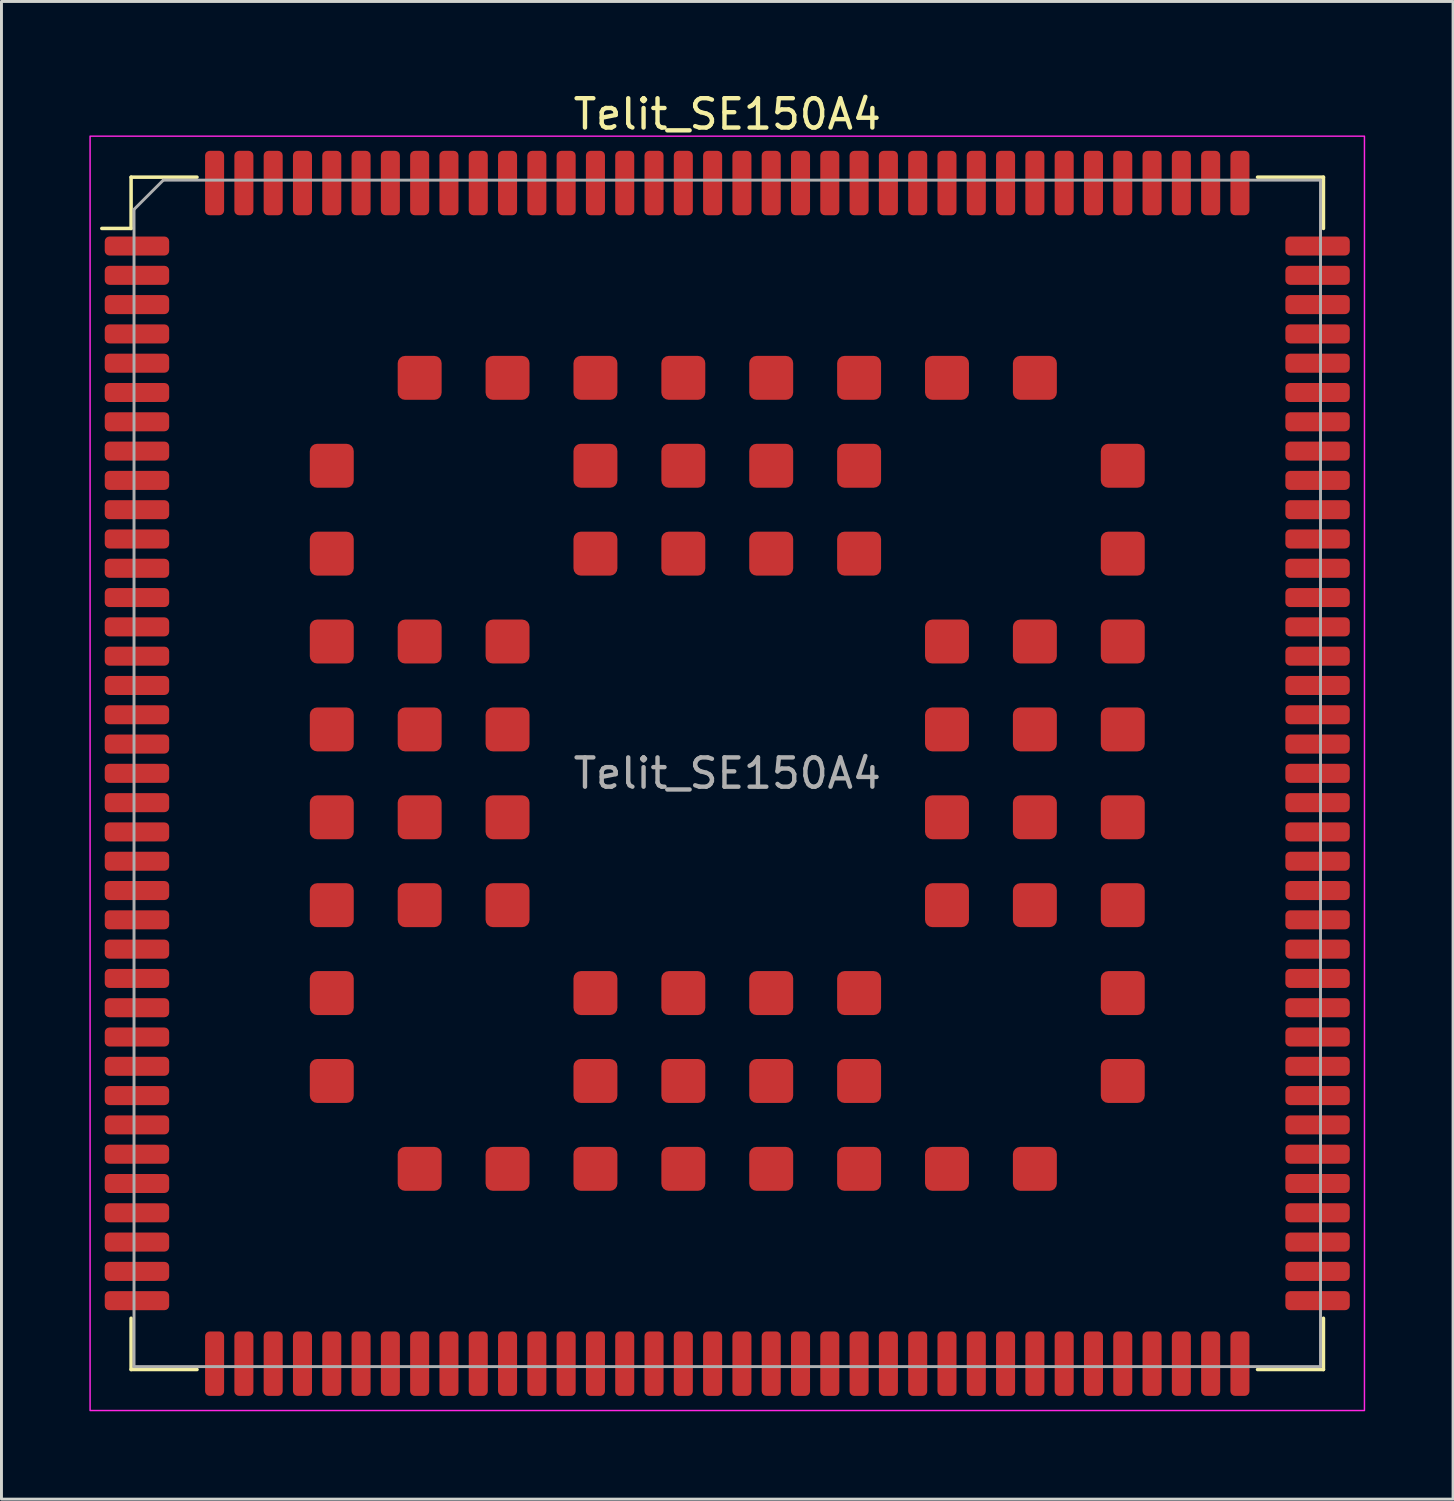
<source format=kicad_pcb>
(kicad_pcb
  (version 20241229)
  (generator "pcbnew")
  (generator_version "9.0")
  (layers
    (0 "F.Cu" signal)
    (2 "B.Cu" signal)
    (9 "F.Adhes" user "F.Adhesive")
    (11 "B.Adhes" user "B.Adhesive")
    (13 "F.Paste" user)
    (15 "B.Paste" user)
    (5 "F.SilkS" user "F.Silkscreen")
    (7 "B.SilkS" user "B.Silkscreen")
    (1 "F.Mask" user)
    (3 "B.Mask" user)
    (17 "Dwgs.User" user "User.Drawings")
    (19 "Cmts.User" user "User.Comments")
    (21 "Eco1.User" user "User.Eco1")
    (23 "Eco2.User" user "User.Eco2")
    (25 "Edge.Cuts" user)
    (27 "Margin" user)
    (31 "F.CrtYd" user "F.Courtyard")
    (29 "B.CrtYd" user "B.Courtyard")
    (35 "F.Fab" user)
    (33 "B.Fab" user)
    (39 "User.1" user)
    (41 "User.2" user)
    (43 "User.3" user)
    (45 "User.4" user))
  (footprint "Telit_SE150A4"
    (layer "F.Cu")
    (at 21.775 23.348)
    (property "Reference" "Telit_SE150A4" (at 0 -22.5 0) (unlocked yes) (layer "F.SilkS") (effects (font (size 1 1) (thickness 0.15))))
    (attr smd)
    (fp_line (start -20.35 -20.35) (end -20.35 -18.6) (stroke (width 0.12) (type default)) (layer "F.SilkS"))
    (fp_line (start -20.35 -18.6) (end -21.35 -18.6) (stroke (width 0.12) (type default)) (layer "F.SilkS"))
    (fp_line (start -20.35 20.35) (end -20.35 18.6) (stroke (width 0.12) (type default)) (layer "F.SilkS"))
    (fp_line (start -20.35 20.35) (end -18.1 20.35) (stroke (width 0.12) (type default)) (layer "F.SilkS"))
    (fp_line (start -18.1 -20.35) (end -20.35 -20.35) (stroke (width 0.12) (type default)) (layer "F.SilkS"))
    (fp_line (start 20.35 -20.35) (end 18.1 -20.35) (stroke (width 0.12) (type default)) (layer "F.SilkS"))
    (fp_line (start 20.35 -20.35) (end 20.35 -18.6) (stroke (width 0.12) (type default)) (layer "F.SilkS"))
    (fp_line (start 20.35 20.35) (end 18.1 20.35) (stroke (width 0.12) (type default)) (layer "F.SilkS"))
    (fp_line (start 20.35 20.35) (end 20.35 18.6) (stroke (width 0.12) (type default)) (layer "F.SilkS"))
    (fp_rect (start -21.75 -21.75) (end 21.75 21.75) (stroke (width 0.05) (type default)) (fill no) (layer "F.CrtYd"))
    (fp_line (start -20.25 20.25) (end -20.25 -19.25) (stroke (width 0.1) (type default)) (layer "F.Fab"))
    (fp_line (start -19.25 -20.25) (end -20.25 -19.25) (stroke (width 0.1) (type default)) (layer "F.Fab"))
    (fp_line (start -19.25 -20.25) (end 20.25 -20.25) (stroke (width 0.1) (type default)) (layer "F.Fab"))
    (fp_line (start 20.25 -20.25) (end 20.25 20.25) (stroke (width 0.1) (type default)) (layer "F.Fab"))
    (fp_line (start 20.25 20.25) (end -20.25 20.25) (stroke (width 0.1) (type default)) (layer "F.Fab"))
    (fp_text user "${REFERENCE}" (at 0 0 0) (unlocked yes) (layer "F.Fab") (effects (font (size 1 1) (thickness 0.15))))
    (pad "" smd roundrect (at -13.85 -10.85 90) (size 0.6 0.6) (layers "F.Paste") (roundrect_rratio 0.25))
    (pad "" smd roundrect (at -13.85 -10.15 90) (size 0.6 0.6) (layers "F.Paste") (roundrect_rratio 0.25))
    (pad "" smd roundrect (at -13.85 -7.85 90) (size 0.6 0.6) (layers "F.Paste") (roundrect_rratio 0.25))
    (pad "" smd roundrect (at -13.85 -7.15 90) (size 0.6 0.6) (layers "F.Paste") (roundrect_rratio 0.25))
    (pad "" smd roundrect (at -13.85 -4.85 90) (size 0.6 0.6) (layers "F.Paste") (roundrect_rratio 0.25))
    (pad "" smd roundrect (at -13.85 -4.15 90) (size 0.6 0.6) (layers "F.Paste") (roundrect_rratio 0.25))
    (pad "" smd roundrect (at -13.85 -1.85 90) (size 0.6 0.6) (layers "F.Paste") (roundrect_rratio 0.25))
    (pad "" smd roundrect (at -13.85 -1.15 90) (size 0.6 0.6) (layers "F.Paste") (roundrect_rratio 0.25))
    (pad "" smd roundrect (at -13.85 1.15 90) (size 0.6 0.6) (layers "F.Paste") (roundrect_rratio 0.25))
    (pad "" smd roundrect (at -13.85 1.85 90) (size 0.6 0.6) (layers "F.Paste") (roundrect_rratio 0.25))
    (pad "" smd roundrect (at -13.85 4.15 90) (size 0.6 0.6) (layers "F.Paste") (roundrect_rratio 0.25))
    (pad "" smd roundrect (at -13.85 4.85 90) (size 0.6 0.6) (layers "F.Paste") (roundrect_rratio 0.25))
    (pad "" smd roundrect (at -13.85 7.15 90) (size 0.6 0.6) (layers "F.Paste") (roundrect_rratio 0.25))
    (pad "" smd roundrect (at -13.85 7.85 90) (size 0.6 0.6) (layers "F.Paste") (roundrect_rratio 0.25))
    (pad "" smd roundrect (at -13.85 10.15 90) (size 0.6 0.6) (layers "F.Paste") (roundrect_rratio 0.25))
    (pad "" smd roundrect (at -13.85 10.85 90) (size 0.6 0.6) (layers "F.Paste") (roundrect_rratio 0.25))
    (pad "" smd roundrect (at -13.15 -10.85 90) (size 0.6 0.6) (layers "F.Paste") (roundrect_rratio 0.25))
    (pad "" smd roundrect (at -13.15 -10.15 90) (size 0.6 0.6) (layers "F.Paste") (roundrect_rratio 0.25))
    (pad "" smd roundrect (at -13.15 -7.85 90) (size 0.6 0.6) (layers "F.Paste") (roundrect_rratio 0.25))
    (pad "" smd roundrect (at -13.15 -7.15 90) (size 0.6 0.6) (layers "F.Paste") (roundrect_rratio 0.25))
    (pad "" smd roundrect (at -13.15 -4.85 90) (size 0.6 0.6) (layers "F.Paste") (roundrect_rratio 0.25))
    (pad "" smd roundrect (at -13.15 -4.15 90) (size 0.6 0.6) (layers "F.Paste") (roundrect_rratio 0.25))
    (pad "" smd roundrect (at -13.15 -1.85 90) (size 0.6 0.6) (layers "F.Paste") (roundrect_rratio 0.25))
    (pad "" smd roundrect (at -13.15 -1.15 90) (size 0.6 0.6) (layers "F.Paste") (roundrect_rratio 0.25))
    (pad "" smd roundrect (at -13.15 1.15 90) (size 0.6 0.6) (layers "F.Paste") (roundrect_rratio 0.25))
    (pad "" smd roundrect (at -13.15 1.85 90) (size 0.6 0.6) (layers "F.Paste") (roundrect_rratio 0.25))
    (pad "" smd roundrect (at -13.15 4.15 90) (size 0.6 0.6) (layers "F.Paste") (roundrect_rratio 0.25))
    (pad "" smd roundrect (at -13.15 4.85 90) (size 0.6 0.6) (layers "F.Paste") (roundrect_rratio 0.25))
    (pad "" smd roundrect (at -13.15 7.15 90) (size 0.6 0.6) (layers "F.Paste") (roundrect_rratio 0.25))
    (pad "" smd roundrect (at -13.15 7.85 90) (size 0.6 0.6) (layers "F.Paste") (roundrect_rratio 0.25))
    (pad "" smd roundrect (at -13.15 10.15 90) (size 0.6 0.6) (layers "F.Paste") (roundrect_rratio 0.25))
    (pad "" smd roundrect (at -13.15 10.85 90) (size 0.6 0.6) (layers "F.Paste") (roundrect_rratio 0.25))
    (pad "" smd roundrect (at -10.85 -13.85 90) (size 0.6 0.6) (layers "F.Paste") (roundrect_rratio 0.25))
    (pad "" smd roundrect (at -10.85 -13.15 90) (size 0.6 0.6) (layers "F.Paste") (roundrect_rratio 0.25))
    (pad "" smd roundrect (at -10.85 -4.85 90) (size 0.6 0.6) (layers "F.Paste") (roundrect_rratio 0.25))
    (pad "" smd roundrect (at -10.85 -4.15 90) (size 0.6 0.6) (layers "F.Paste") (roundrect_rratio 0.25))
    (pad "" smd roundrect (at -10.85 -1.85 90) (size 0.6 0.6) (layers "F.Paste") (roundrect_rratio 0.25))
    (pad "" smd roundrect (at -10.85 -1.15 90) (size 0.6 0.6) (layers "F.Paste") (roundrect_rratio 0.25))
    (pad "" smd roundrect (at -10.85 1.15 90) (size 0.6 0.6) (layers "F.Paste") (roundrect_rratio 0.25))
    (pad "" smd roundrect (at -10.85 1.85 90) (size 0.6 0.6) (layers "F.Paste") (roundrect_rratio 0.25))
    (pad "" smd roundrect (at -10.85 4.15 90) (size 0.6 0.6) (layers "F.Paste") (roundrect_rratio 0.25))
    (pad "" smd roundrect (at -10.85 4.85 90) (size 0.6 0.6) (layers "F.Paste") (roundrect_rratio 0.25))
    (pad "" smd roundrect (at -10.85 13.15 90) (size 0.6 0.6) (layers "F.Paste") (roundrect_rratio 0.25))
    (pad "" smd roundrect (at -10.85 13.85 90) (size 0.6 0.6) (layers "F.Paste") (roundrect_rratio 0.25))
    (pad "" smd roundrect (at -10.15 -13.85 90) (size 0.6 0.6) (layers "F.Paste") (roundrect_rratio 0.25))
    (pad "" smd roundrect (at -10.15 -13.15 90) (size 0.6 0.6) (layers "F.Paste") (roundrect_rratio 0.25))
    (pad "" smd roundrect (at -10.15 -4.85 90) (size 0.6 0.6) (layers "F.Paste") (roundrect_rratio 0.25))
    (pad "" smd roundrect (at -10.15 -4.15 90) (size 0.6 0.6) (layers "F.Paste") (roundrect_rratio 0.25))
    (pad "" smd roundrect (at -10.15 -1.85 90) (size 0.6 0.6) (layers "F.Paste") (roundrect_rratio 0.25))
    (pad "" smd roundrect (at -10.15 -1.15 90) (size 0.6 0.6) (layers "F.Paste") (roundrect_rratio 0.25))
    (pad "" smd roundrect (at -10.15 1.15 90) (size 0.6 0.6) (layers "F.Paste") (roundrect_rratio 0.25))
    (pad "" smd roundrect (at -10.15 1.85 90) (size 0.6 0.6) (layers "F.Paste") (roundrect_rratio 0.25))
    (pad "" smd roundrect (at -10.15 4.15 90) (size 0.6 0.6) (layers "F.Paste") (roundrect_rratio 0.25))
    (pad "" smd roundrect (at -10.15 4.85 90) (size 0.6 0.6) (layers "F.Paste") (roundrect_rratio 0.25))
    (pad "" smd roundrect (at -10.15 13.15 90) (size 0.6 0.6) (layers "F.Paste") (roundrect_rratio 0.25))
    (pad "" smd roundrect (at -10.15 13.85 90) (size 0.6 0.6) (layers "F.Paste") (roundrect_rratio 0.25))
    (pad "" smd roundrect (at -7.85 -13.85 90) (size 0.6 0.6) (layers "F.Paste") (roundrect_rratio 0.25))
    (pad "" smd roundrect (at -7.85 -13.15 90) (size 0.6 0.6) (layers "F.Paste") (roundrect_rratio 0.25))
    (pad "" smd roundrect (at -7.85 -4.85 90) (size 0.6 0.6) (layers "F.Paste") (roundrect_rratio 0.25))
    (pad "" smd roundrect (at -7.85 -4.15 90) (size 0.6 0.6) (layers "F.Paste") (roundrect_rratio 0.25))
    (pad "" smd roundrect (at -7.85 -1.85 90) (size 0.6 0.6) (layers "F.Paste") (roundrect_rratio 0.25))
    (pad "" smd roundrect (at -7.85 -1.15 90) (size 0.6 0.6) (layers "F.Paste") (roundrect_rratio 0.25))
    (pad "" smd roundrect (at -7.85 1.15 90) (size 0.6 0.6) (layers "F.Paste") (roundrect_rratio 0.25))
    (pad "" smd roundrect (at -7.85 1.85 90) (size 0.6 0.6) (layers "F.Paste") (roundrect_rratio 0.25))
    (pad "" smd roundrect (at -7.85 4.15 90) (size 0.6 0.6) (layers "F.Paste") (roundrect_rratio 0.25))
    (pad "" smd roundrect (at -7.85 4.85 90) (size 0.6 0.6) (layers "F.Paste") (roundrect_rratio 0.25))
    (pad "" smd roundrect (at -7.85 13.15 90) (size 0.6 0.6) (layers "F.Paste") (roundrect_rratio 0.25))
    (pad "" smd roundrect (at -7.85 13.85 90) (size 0.6 0.6) (layers "F.Paste") (roundrect_rratio 0.25))
    (pad "" smd roundrect (at -7.15 -13.85 90) (size 0.6 0.6) (layers "F.Paste") (roundrect_rratio 0.25))
    (pad "" smd roundrect (at -7.15 -13.15 90) (size 0.6 0.6) (layers "F.Paste") (roundrect_rratio 0.25))
    (pad "" smd roundrect (at -7.15 -4.85 90) (size 0.6 0.6) (layers "F.Paste") (roundrect_rratio 0.25))
    (pad "" smd roundrect (at -7.15 -4.15 90) (size 0.6 0.6) (layers "F.Paste") (roundrect_rratio 0.25))
    (pad "" smd roundrect (at -7.15 -1.85 90) (size 0.6 0.6) (layers "F.Paste") (roundrect_rratio 0.25))
    (pad "" smd roundrect (at -7.15 -1.15 90) (size 0.6 0.6) (layers "F.Paste") (roundrect_rratio 0.25))
    (pad "" smd roundrect (at -7.15 1.15 90) (size 0.6 0.6) (layers "F.Paste") (roundrect_rratio 0.25))
    (pad "" smd roundrect (at -7.15 1.85 90) (size 0.6 0.6) (layers "F.Paste") (roundrect_rratio 0.25))
    (pad "" smd roundrect (at -7.15 4.15 90) (size 0.6 0.6) (layers "F.Paste") (roundrect_rratio 0.25))
    (pad "" smd roundrect (at -7.15 4.85 90) (size 0.6 0.6) (layers "F.Paste") (roundrect_rratio 0.25))
    (pad "" smd roundrect (at -7.15 13.15 90) (size 0.6 0.6) (layers "F.Paste") (roundrect_rratio 0.25))
    (pad "" smd roundrect (at -7.15 13.85 90) (size 0.6 0.6) (layers "F.Paste") (roundrect_rratio 0.25))
    (pad "" smd roundrect (at -4.85 -13.85 90) (size 0.6 0.6) (layers "F.Paste") (roundrect_rratio 0.25))
    (pad "" smd roundrect (at -4.85 -13.15 90) (size 0.6 0.6) (layers "F.Paste") (roundrect_rratio 0.25))
    (pad "" smd roundrect (at -4.85 -10.85 90) (size 0.6 0.6) (layers "F.Paste") (roundrect_rratio 0.25))
    (pad "" smd roundrect (at -4.85 -10.15 90) (size 0.6 0.6) (layers "F.Paste") (roundrect_rratio 0.25))
    (pad "" smd roundrect (at -4.85 -7.85 90) (size 0.6 0.6) (layers "F.Paste") (roundrect_rratio 0.25))
    (pad "" smd roundrect (at -4.85 -7.15 90) (size 0.6 0.6) (layers "F.Paste") (roundrect_rratio 0.25))
    (pad "" smd roundrect (at -4.85 7.15 90) (size 0.6 0.6) (layers "F.Paste") (roundrect_rratio 0.25))
    (pad "" smd roundrect (at -4.85 7.85 90) (size 0.6 0.6) (layers "F.Paste") (roundrect_rratio 0.25))
    (pad "" smd roundrect (at -4.85 10.15 90) (size 0.6 0.6) (layers "F.Paste") (roundrect_rratio 0.25))
    (pad "" smd roundrect (at -4.85 10.85 90) (size 0.6 0.6) (layers "F.Paste") (roundrect_rratio 0.25))
    (pad "" smd roundrect (at -4.85 13.15 90) (size 0.6 0.6) (layers "F.Paste") (roundrect_rratio 0.25))
    (pad "" smd roundrect (at -4.85 13.85 90) (size 0.6 0.6) (layers "F.Paste") (roundrect_rratio 0.25))
    (pad "" smd roundrect (at -4.15 -13.85 90) (size 0.6 0.6) (layers "F.Paste") (roundrect_rratio 0.25))
    (pad "" smd roundrect (at -4.15 -13.15 90) (size 0.6 0.6) (layers "F.Paste") (roundrect_rratio 0.25))
    (pad "" smd roundrect (at -4.15 -10.85 90) (size 0.6 0.6) (layers "F.Paste") (roundrect_rratio 0.25))
    (pad "" smd roundrect (at -4.15 -10.15 90) (size 0.6 0.6) (layers "F.Paste") (roundrect_rratio 0.25))
    (pad "" smd roundrect (at -4.15 -7.85 90) (size 0.6 0.6) (layers "F.Paste") (roundrect_rratio 0.25))
    (pad "" smd roundrect (at -4.15 -7.15 90) (size 0.6 0.6) (layers "F.Paste") (roundrect_rratio 0.25))
    (pad "" smd roundrect (at -4.15 7.15 90) (size 0.6 0.6) (layers "F.Paste") (roundrect_rratio 0.25))
    (pad "" smd roundrect (at -4.15 7.85 90) (size 0.6 0.6) (layers "F.Paste") (roundrect_rratio 0.25))
    (pad "" smd roundrect (at -4.15 10.15 90) (size 0.6 0.6) (layers "F.Paste") (roundrect_rratio 0.25))
    (pad "" smd roundrect (at -4.15 10.85 90) (size 0.6 0.6) (layers "F.Paste") (roundrect_rratio 0.25))
    (pad "" smd roundrect (at -4.15 13.15 90) (size 0.6 0.6) (layers "F.Paste") (roundrect_rratio 0.25))
    (pad "" smd roundrect (at -4.15 13.85 90) (size 0.6 0.6) (layers "F.Paste") (roundrect_rratio 0.25))
    (pad "" smd roundrect (at -1.85 -13.85 90) (size 0.6 0.6) (layers "F.Paste") (roundrect_rratio 0.25))
    (pad "" smd roundrect (at -1.85 -13.15 90) (size 0.6 0.6) (layers "F.Paste") (roundrect_rratio 0.25))
    (pad "" smd roundrect (at -1.85 -10.85 90) (size 0.6 0.6) (layers "F.Paste") (roundrect_rratio 0.25))
    (pad "" smd roundrect (at -1.85 -10.15 90) (size 0.6 0.6) (layers "F.Paste") (roundrect_rratio 0.25))
    (pad "" smd roundrect (at -1.85 -7.85 90) (size 0.6 0.6) (layers "F.Paste") (roundrect_rratio 0.25))
    (pad "" smd roundrect (at -1.85 -7.15 90) (size 0.6 0.6) (layers "F.Paste") (roundrect_rratio 0.25))
    (pad "" smd roundrect (at -1.85 7.15 90) (size 0.6 0.6) (layers "F.Paste") (roundrect_rratio 0.25))
    (pad "" smd roundrect (at -1.85 7.85 90) (size 0.6 0.6) (layers "F.Paste") (roundrect_rratio 0.25))
    (pad "" smd roundrect (at -1.85 10.15 90) (size 0.6 0.6) (layers "F.Paste") (roundrect_rratio 0.25))
    (pad "" smd roundrect (at -1.85 10.85 90) (size 0.6 0.6) (layers "F.Paste") (roundrect_rratio 0.25))
    (pad "" smd roundrect (at -1.85 13.15 90) (size 0.6 0.6) (layers "F.Paste") (roundrect_rratio 0.25))
    (pad "" smd roundrect (at -1.85 13.85 90) (size 0.6 0.6) (layers "F.Paste") (roundrect_rratio 0.25))
    (pad "" smd roundrect (at -1.15 -13.85 90) (size 0.6 0.6) (layers "F.Paste") (roundrect_rratio 0.25))
    (pad "" smd roundrect (at -1.15 -13.15 90) (size 0.6 0.6) (layers "F.Paste") (roundrect_rratio 0.25))
    (pad "" smd roundrect (at -1.15 -10.85 90) (size 0.6 0.6) (layers "F.Paste") (roundrect_rratio 0.25))
    (pad "" smd roundrect (at -1.15 -10.15 90) (size 0.6 0.6) (layers "F.Paste") (roundrect_rratio 0.25))
    (pad "" smd roundrect (at -1.15 -7.85 90) (size 0.6 0.6) (layers "F.Paste") (roundrect_rratio 0.25))
    (pad "" smd roundrect (at -1.15 -7.15 90) (size 0.6 0.6) (layers "F.Paste") (roundrect_rratio 0.25))
    (pad "" smd roundrect (at -1.15 7.15 90) (size 0.6 0.6) (layers "F.Paste") (roundrect_rratio 0.25))
    (pad "" smd roundrect (at -1.15 7.85 90) (size 0.6 0.6) (layers "F.Paste") (roundrect_rratio 0.25))
    (pad "" smd roundrect (at -1.15 10.15 90) (size 0.6 0.6) (layers "F.Paste") (roundrect_rratio 0.25))
    (pad "" smd roundrect (at -1.15 10.85 90) (size 0.6 0.6) (layers "F.Paste") (roundrect_rratio 0.25))
    (pad "" smd roundrect (at -1.15 13.15 90) (size 0.6 0.6) (layers "F.Paste") (roundrect_rratio 0.25))
    (pad "" smd roundrect (at -1.15 13.85 90) (size 0.6 0.6) (layers "F.Paste") (roundrect_rratio 0.25))
    (pad "" smd roundrect (at 1.15 -13.85 90) (size 0.6 0.6) (layers "F.Paste") (roundrect_rratio 0.25))
    (pad "" smd roundrect (at 1.15 -13.15 90) (size 0.6 0.6) (layers "F.Paste") (roundrect_rratio 0.25))
    (pad "" smd roundrect (at 1.15 -10.85 90) (size 0.6 0.6) (layers "F.Paste") (roundrect_rratio 0.25))
    (pad "" smd roundrect (at 1.15 -10.15 90) (size 0.6 0.6) (layers "F.Paste") (roundrect_rratio 0.25))
    (pad "" smd roundrect (at 1.15 -7.85 90) (size 0.6 0.6) (layers "F.Paste") (roundrect_rratio 0.25))
    (pad "" smd roundrect (at 1.15 -7.15 90) (size 0.6 0.6) (layers "F.Paste") (roundrect_rratio 0.25))
    (pad "" smd roundrect (at 1.15 7.15 90) (size 0.6 0.6) (layers "F.Paste") (roundrect_rratio 0.25))
    (pad "" smd roundrect (at 1.15 7.85 90) (size 0.6 0.6) (layers "F.Paste") (roundrect_rratio 0.25))
    (pad "" smd roundrect (at 1.15 10.15 90) (size 0.6 0.6) (layers "F.Paste") (roundrect_rratio 0.25))
    (pad "" smd roundrect (at 1.15 10.85 90) (size 0.6 0.6) (layers "F.Paste") (roundrect_rratio 0.25))
    (pad "" smd roundrect (at 1.15 13.15 90) (size 0.6 0.6) (layers "F.Paste") (roundrect_rratio 0.25))
    (pad "" smd roundrect (at 1.15 13.85 90) (size 0.6 0.6) (layers "F.Paste") (roundrect_rratio 0.25))
    (pad "" smd roundrect (at 1.85 -13.85 90) (size 0.6 0.6) (layers "F.Paste") (roundrect_rratio 0.25))
    (pad "" smd roundrect (at 1.85 -13.15 90) (size 0.6 0.6) (layers "F.Paste") (roundrect_rratio 0.25))
    (pad "" smd roundrect (at 1.85 -10.85 90) (size 0.6 0.6) (layers "F.Paste") (roundrect_rratio 0.25))
    (pad "" smd roundrect (at 1.85 -10.15 90) (size 0.6 0.6) (layers "F.Paste") (roundrect_rratio 0.25))
    (pad "" smd roundrect (at 1.85 -7.85 90) (size 0.6 0.6) (layers "F.Paste") (roundrect_rratio 0.25))
    (pad "" smd roundrect (at 1.85 -7.15 90) (size 0.6 0.6) (layers "F.Paste") (roundrect_rratio 0.25))
    (pad "" smd roundrect (at 1.85 7.15 90) (size 0.6 0.6) (layers "F.Paste") (roundrect_rratio 0.25))
    (pad "" smd roundrect (at 1.85 7.85 90) (size 0.6 0.6) (layers "F.Paste") (roundrect_rratio 0.25))
    (pad "" smd roundrect (at 1.85 10.15 90) (size 0.6 0.6) (layers "F.Paste") (roundrect_rratio 0.25))
    (pad "" smd roundrect (at 1.85 10.85 90) (size 0.6 0.6) (layers "F.Paste") (roundrect_rratio 0.25))
    (pad "" smd roundrect (at 1.85 13.15 90) (size 0.6 0.6) (layers "F.Paste") (roundrect_rratio 0.25))
    (pad "" smd roundrect (at 1.85 13.85 90) (size 0.6 0.6) (layers "F.Paste") (roundrect_rratio 0.25))
    (pad "" smd roundrect (at 4.15 -13.85 90) (size 0.6 0.6) (layers "F.Paste") (roundrect_rratio 0.25))
    (pad "" smd roundrect (at 4.15 -13.15 90) (size 0.6 0.6) (layers "F.Paste") (roundrect_rratio 0.25))
    (pad "" smd roundrect (at 4.15 -10.85 90) (size 0.6 0.6) (layers "F.Paste") (roundrect_rratio 0.25))
    (pad "" smd roundrect (at 4.15 -10.15 90) (size 0.6 0.6) (layers "F.Paste") (roundrect_rratio 0.25))
    (pad "" smd roundrect (at 4.15 -7.85 90) (size 0.6 0.6) (layers "F.Paste") (roundrect_rratio 0.25))
    (pad "" smd roundrect (at 4.15 -7.15 90) (size 0.6 0.6) (layers "F.Paste") (roundrect_rratio 0.25))
    (pad "" smd roundrect (at 4.15 7.15 90) (size 0.6 0.6) (layers "F.Paste") (roundrect_rratio 0.25))
    (pad "" smd roundrect (at 4.15 7.85 90) (size 0.6 0.6) (layers "F.Paste") (roundrect_rratio 0.25))
    (pad "" smd roundrect (at 4.15 10.15 90) (size 0.6 0.6) (layers "F.Paste") (roundrect_rratio 0.25))
    (pad "" smd roundrect (at 4.15 10.85 90) (size 0.6 0.6) (layers "F.Paste") (roundrect_rratio 0.25))
    (pad "" smd roundrect (at 4.15 13.15 90) (size 0.6 0.6) (layers "F.Paste") (roundrect_rratio 0.25))
    (pad "" smd roundrect (at 4.15 13.85 90) (size 0.6 0.6) (layers "F.Paste") (roundrect_rratio 0.25))
    (pad "" smd roundrect (at 4.85 -13.85 90) (size 0.6 0.6) (layers "F.Paste") (roundrect_rratio 0.25))
    (pad "" smd roundrect (at 4.85 -13.15 90) (size 0.6 0.6) (layers "F.Paste") (roundrect_rratio 0.25))
    (pad "" smd roundrect (at 4.85 -10.85 90) (size 0.6 0.6) (layers "F.Paste") (roundrect_rratio 0.25))
    (pad "" smd roundrect (at 4.85 -10.15 90) (size 0.6 0.6) (layers "F.Paste") (roundrect_rratio 0.25))
    (pad "" smd roundrect (at 4.85 -7.85 90) (size 0.6 0.6) (layers "F.Paste") (roundrect_rratio 0.25))
    (pad "" smd roundrect (at 4.85 -7.15 90) (size 0.6 0.6) (layers "F.Paste") (roundrect_rratio 0.25))
    (pad "" smd roundrect (at 4.85 7.15 90) (size 0.6 0.6) (layers "F.Paste") (roundrect_rratio 0.25))
    (pad "" smd roundrect (at 4.85 7.85 90) (size 0.6 0.6) (layers "F.Paste") (roundrect_rratio 0.25))
    (pad "" smd roundrect (at 4.85 10.15 90) (size 0.6 0.6) (layers "F.Paste") (roundrect_rratio 0.25))
    (pad "" smd roundrect (at 4.85 10.85 90) (size 0.6 0.6) (layers "F.Paste") (roundrect_rratio 0.25))
    (pad "" smd roundrect (at 4.85 13.15 90) (size 0.6 0.6) (layers "F.Paste") (roundrect_rratio 0.25))
    (pad "" smd roundrect (at 4.85 13.85 90) (size 0.6 0.6) (layers "F.Paste") (roundrect_rratio 0.25))
    (pad "" smd roundrect (at 7.15 -13.85 90) (size 0.6 0.6) (layers "F.Paste") (roundrect_rratio 0.25))
    (pad "" smd roundrect (at 7.15 -13.15 90) (size 0.6 0.6) (layers "F.Paste") (roundrect_rratio 0.25))
    (pad "" smd roundrect (at 7.15 -4.85 90) (size 0.6 0.6) (layers "F.Paste") (roundrect_rratio 0.25))
    (pad "" smd roundrect (at 7.15 -4.15 90) (size 0.6 0.6) (layers "F.Paste") (roundrect_rratio 0.25))
    (pad "" smd roundrect (at 7.15 -1.85 90) (size 0.6 0.6) (layers "F.Paste") (roundrect_rratio 0.25))
    (pad "" smd roundrect (at 7.15 -1.15 90) (size 0.6 0.6) (layers "F.Paste") (roundrect_rratio 0.25))
    (pad "" smd roundrect (at 7.15 1.15 90) (size 0.6 0.6) (layers "F.Paste") (roundrect_rratio 0.25))
    (pad "" smd roundrect (at 7.15 1.85 90) (size 0.6 0.6) (layers "F.Paste") (roundrect_rratio 0.25))
    (pad "" smd roundrect (at 7.15 4.15 90) (size 0.6 0.6) (layers "F.Paste") (roundrect_rratio 0.25))
    (pad "" smd roundrect (at 7.15 4.85 90) (size 0.6 0.6) (layers "F.Paste") (roundrect_rratio 0.25))
    (pad "" smd roundrect (at 7.15 13.15 90) (size 0.6 0.6) (layers "F.Paste") (roundrect_rratio 0.25))
    (pad "" smd roundrect (at 7.15 13.85 90) (size 0.6 0.6) (layers "F.Paste") (roundrect_rratio 0.25))
    (pad "" smd roundrect (at 7.85 -13.85 90) (size 0.6 0.6) (layers "F.Paste") (roundrect_rratio 0.25))
    (pad "" smd roundrect (at 7.85 -13.15 90) (size 0.6 0.6) (layers "F.Paste") (roundrect_rratio 0.25))
    (pad "" smd roundrect (at 7.85 -4.85 90) (size 0.6 0.6) (layers "F.Paste") (roundrect_rratio 0.25))
    (pad "" smd roundrect (at 7.85 -4.15 90) (size 0.6 0.6) (layers "F.Paste") (roundrect_rratio 0.25))
    (pad "" smd roundrect (at 7.85 -1.85 90) (size 0.6 0.6) (layers "F.Paste") (roundrect_rratio 0.25))
    (pad "" smd roundrect (at 7.85 -1.15 90) (size 0.6 0.6) (layers "F.Paste") (roundrect_rratio 0.25))
    (pad "" smd roundrect (at 7.85 1.15 90) (size 0.6 0.6) (layers "F.Paste") (roundrect_rratio 0.25))
    (pad "" smd roundrect (at 7.85 1.85 90) (size 0.6 0.6) (layers "F.Paste") (roundrect_rratio 0.25))
    (pad "" smd roundrect (at 7.85 4.15 90) (size 0.6 0.6) (layers "F.Paste") (roundrect_rratio 0.25))
    (pad "" smd roundrect (at 7.85 4.85 90) (size 0.6 0.6) (layers "F.Paste") (roundrect_rratio 0.25))
    (pad "" smd roundrect (at 7.85 13.15 90) (size 0.6 0.6) (layers "F.Paste") (roundrect_rratio 0.25))
    (pad "" smd roundrect (at 7.85 13.85 90) (size 0.6 0.6) (layers "F.Paste") (roundrect_rratio 0.25))
    (pad "" smd roundrect (at 10.15 -13.85 90) (size 0.6 0.6) (layers "F.Paste") (roundrect_rratio 0.25))
    (pad "" smd roundrect (at 10.15 -13.15 90) (size 0.6 0.6) (layers "F.Paste") (roundrect_rratio 0.25))
    (pad "" smd roundrect (at 10.15 -4.85 90) (size 0.6 0.6) (layers "F.Paste") (roundrect_rratio 0.25))
    (pad "" smd roundrect (at 10.15 -4.15 90) (size 0.6 0.6) (layers "F.Paste") (roundrect_rratio 0.25))
    (pad "" smd roundrect (at 10.15 -1.85 90) (size 0.6 0.6) (layers "F.Paste") (roundrect_rratio 0.25))
    (pad "" smd roundrect (at 10.15 -1.15 90) (size 0.6 0.6) (layers "F.Paste") (roundrect_rratio 0.25))
    (pad "" smd roundrect (at 10.15 1.15 90) (size 0.6 0.6) (layers "F.Paste") (roundrect_rratio 0.25))
    (pad "" smd roundrect (at 10.15 1.85 90) (size 0.6 0.6) (layers "F.Paste") (roundrect_rratio 0.25))
    (pad "" smd roundrect (at 10.15 4.15 90) (size 0.6 0.6) (layers "F.Paste") (roundrect_rratio 0.25))
    (pad "" smd roundrect (at 10.15 4.85 90) (size 0.6 0.6) (layers "F.Paste") (roundrect_rratio 0.25))
    (pad "" smd roundrect (at 10.15 13.15 90) (size 0.6 0.6) (layers "F.Paste") (roundrect_rratio 0.25))
    (pad "" smd roundrect (at 10.15 13.85 90) (size 0.6 0.6) (layers "F.Paste") (roundrect_rratio 0.25))
    (pad "" smd roundrect (at 10.85 -13.85 90) (size 0.6 0.6) (layers "F.Paste") (roundrect_rratio 0.25))
    (pad "" smd roundrect (at 10.85 -13.15 90) (size 0.6 0.6) (layers "F.Paste") (roundrect_rratio 0.25))
    (pad "" smd roundrect (at 10.85 -4.85 90) (size 0.6 0.6) (layers "F.Paste") (roundrect_rratio 0.25))
    (pad "" smd roundrect (at 10.85 -4.15 90) (size 0.6 0.6) (layers "F.Paste") (roundrect_rratio 0.25))
    (pad "" smd roundrect (at 10.85 -1.85 90) (size 0.6 0.6) (layers "F.Paste") (roundrect_rratio 0.25))
    (pad "" smd roundrect (at 10.85 -1.15 90) (size 0.6 0.6) (layers "F.Paste") (roundrect_rratio 0.25))
    (pad "" smd roundrect (at 10.85 1.15 90) (size 0.6 0.6) (layers "F.Paste") (roundrect_rratio 0.25))
    (pad "" smd roundrect (at 10.85 1.85 90) (size 0.6 0.6) (layers "F.Paste") (roundrect_rratio 0.25))
    (pad "" smd roundrect (at 10.85 4.15 90) (size 0.6 0.6) (layers "F.Paste") (roundrect_rratio 0.25))
    (pad "" smd roundrect (at 10.85 4.85 90) (size 0.6 0.6) (layers "F.Paste") (roundrect_rratio 0.25))
    (pad "" smd roundrect (at 10.85 13.15 90) (size 0.6 0.6) (layers "F.Paste") (roundrect_rratio 0.25))
    (pad "" smd roundrect (at 10.85 13.85 90) (size 0.6 0.6) (layers "F.Paste") (roundrect_rratio 0.25))
    (pad "" smd roundrect (at 13.15 -10.85 90) (size 0.6 0.6) (layers "F.Paste") (roundrect_rratio 0.25))
    (pad "" smd roundrect (at 13.15 -10.15 90) (size 0.6 0.6) (layers "F.Paste") (roundrect_rratio 0.25))
    (pad "" smd roundrect (at 13.15 -7.85 90) (size 0.6 0.6) (layers "F.Paste") (roundrect_rratio 0.25))
    (pad "" smd roundrect (at 13.15 -7.15 90) (size 0.6 0.6) (layers "F.Paste") (roundrect_rratio 0.25))
    (pad "" smd roundrect (at 13.15 -4.85 90) (size 0.6 0.6) (layers "F.Paste") (roundrect_rratio 0.25))
    (pad "" smd roundrect (at 13.15 -4.15 90) (size 0.6 0.6) (layers "F.Paste") (roundrect_rratio 0.25))
    (pad "" smd roundrect (at 13.15 -1.85 90) (size 0.6 0.6) (layers "F.Paste") (roundrect_rratio 0.25))
    (pad "" smd roundrect (at 13.15 -1.15 90) (size 0.6 0.6) (layers "F.Paste") (roundrect_rratio 0.25))
    (pad "" smd roundrect (at 13.15 1.15 90) (size 0.6 0.6) (layers "F.Paste") (roundrect_rratio 0.25))
    (pad "" smd roundrect (at 13.15 1.85 90) (size 0.6 0.6) (layers "F.Paste") (roundrect_rratio 0.25))
    (pad "" smd roundrect (at 13.15 4.15 90) (size 0.6 0.6) (layers "F.Paste") (roundrect_rratio 0.25))
    (pad "" smd roundrect (at 13.15 4.85 90) (size 0.6 0.6) (layers "F.Paste") (roundrect_rratio 0.25))
    (pad "" smd roundrect (at 13.15 7.15 90) (size 0.6 0.6) (layers "F.Paste") (roundrect_rratio 0.25))
    (pad "" smd roundrect (at 13.15 7.85 90) (size 0.6 0.6) (layers "F.Paste") (roundrect_rratio 0.25))
    (pad "" smd roundrect (at 13.15 10.15 90) (size 0.6 0.6) (layers "F.Paste") (roundrect_rratio 0.25))
    (pad "" smd roundrect (at 13.15 10.85 90) (size 0.6 0.6) (layers "F.Paste") (roundrect_rratio 0.25))
    (pad "" smd roundrect (at 13.85 -10.85 90) (size 0.6 0.6) (layers "F.Paste") (roundrect_rratio 0.25))
    (pad "" smd roundrect (at 13.85 -10.15 90) (size 0.6 0.6) (layers "F.Paste") (roundrect_rratio 0.25))
    (pad "" smd roundrect (at 13.85 -7.85 90) (size 0.6 0.6) (layers "F.Paste") (roundrect_rratio 0.25))
    (pad "" smd roundrect (at 13.85 -7.15 90) (size 0.6 0.6) (layers "F.Paste") (roundrect_rratio 0.25))
    (pad "" smd roundrect (at 13.85 -4.85 90) (size 0.6 0.6) (layers "F.Paste") (roundrect_rratio 0.25))
    (pad "" smd roundrect (at 13.85 -4.15 90) (size 0.6 0.6) (layers "F.Paste") (roundrect_rratio 0.25))
    (pad "" smd roundrect (at 13.85 -1.85 90) (size 0.6 0.6) (layers "F.Paste") (roundrect_rratio 0.25))
    (pad "" smd roundrect (at 13.85 -1.15 90) (size 0.6 0.6) (layers "F.Paste") (roundrect_rratio 0.25))
    (pad "" smd roundrect (at 13.85 1.15 90) (size 0.6 0.6) (layers "F.Paste") (roundrect_rratio 0.25))
    (pad "" smd roundrect (at 13.85 1.85 90) (size 0.6 0.6) (layers "F.Paste") (roundrect_rratio 0.25))
    (pad "" smd roundrect (at 13.85 4.15 90) (size 0.6 0.6) (layers "F.Paste") (roundrect_rratio 0.25))
    (pad "" smd roundrect (at 13.85 4.85 90) (size 0.6 0.6) (layers "F.Paste") (roundrect_rratio 0.25))
    (pad "" smd roundrect (at 13.85 7.15 90) (size 0.6 0.6) (layers "F.Paste") (roundrect_rratio 0.25))
    (pad "" smd roundrect (at 13.85 7.85 90) (size 0.6 0.6) (layers "F.Paste") (roundrect_rratio 0.25))
    (pad "" smd roundrect (at 13.85 10.15 90) (size 0.6 0.6) (layers "F.Paste") (roundrect_rratio 0.25))
    (pad "" smd roundrect (at 13.85 10.85 90) (size 0.6 0.6) (layers "F.Paste") (roundrect_rratio 0.25))
    (pad "1" smd roundrect (at -20.15 -18) (size 2.2 0.65) (layers "F.Cu" "F.Mask" "F.Paste") (roundrect_rratio 0.25))
    (pad "2" smd roundrect (at -20.15 -17) (size 2.2 0.65) (layers "F.Cu" "F.Mask" "F.Paste") (roundrect_rratio 0.25))
    (pad "3" smd roundrect (at -20.15 -16) (size 2.2 0.65) (layers "F.Cu" "F.Mask" "F.Paste") (roundrect_rratio 0.25))
    (pad "4" smd roundrect (at -20.15 -15) (size 2.2 0.65) (layers "F.Cu" "F.Mask" "F.Paste") (roundrect_rratio 0.25))
    (pad "5" smd roundrect (at -20.15 -14) (size 2.2 0.65) (layers "F.Cu" "F.Mask" "F.Paste") (roundrect_rratio 0.25))
    (pad "6" smd roundrect (at -20.15 -13) (size 2.2 0.65) (layers "F.Cu" "F.Mask" "F.Paste") (roundrect_rratio 0.25))
    (pad "7" smd roundrect (at -20.15 -12) (size 2.2 0.65) (layers "F.Cu" "F.Mask" "F.Paste") (roundrect_rratio 0.25))
    (pad "8" smd roundrect (at -20.15 -11) (size 2.2 0.65) (layers "F.Cu" "F.Mask" "F.Paste") (roundrect_rratio 0.25))
    (pad "9" smd roundrect (at -20.15 -10) (size 2.2 0.65) (layers "F.Cu" "F.Mask" "F.Paste") (roundrect_rratio 0.25))
    (pad "10" smd roundrect (at -20.15 -9) (size 2.2 0.65) (layers "F.Cu" "F.Mask" "F.Paste") (roundrect_rratio 0.25))
    (pad "11" smd roundrect (at -20.15 -8) (size 2.2 0.65) (layers "F.Cu" "F.Mask" "F.Paste") (roundrect_rratio 0.25))
    (pad "12" smd roundrect (at -20.15 -7) (size 2.2 0.65) (layers "F.Cu" "F.Mask" "F.Paste") (roundrect_rratio 0.25))
    (pad "13" smd roundrect (at -20.15 -6) (size 2.2 0.65) (layers "F.Cu" "F.Mask" "F.Paste") (roundrect_rratio 0.25))
    (pad "14" smd roundrect (at -20.15 -5) (size 2.2 0.65) (layers "F.Cu" "F.Mask" "F.Paste") (roundrect_rratio 0.25))
    (pad "15" smd roundrect (at -20.15 -4) (size 2.2 0.65) (layers "F.Cu" "F.Mask" "F.Paste") (roundrect_rratio 0.25))
    (pad "16" smd roundrect (at -20.15 -3) (size 2.2 0.65) (layers "F.Cu" "F.Mask" "F.Paste") (roundrect_rratio 0.25))
    (pad "17" smd roundrect (at -20.15 -2) (size 2.2 0.65) (layers "F.Cu" "F.Mask" "F.Paste") (roundrect_rratio 0.25))
    (pad "18" smd roundrect (at -20.15 -1) (size 2.2 0.65) (layers "F.Cu" "F.Mask" "F.Paste") (roundrect_rratio 0.25))
    (pad "19" smd roundrect (at -20.15 0) (size 2.2 0.65) (layers "F.Cu" "F.Mask" "F.Paste") (roundrect_rratio 0.25))
    (pad "20" smd roundrect (at -20.15 1) (size 2.2 0.65) (layers "F.Cu" "F.Mask" "F.Paste") (roundrect_rratio 0.25))
    (pad "21" smd roundrect (at -20.15 2) (size 2.2 0.65) (layers "F.Cu" "F.Mask" "F.Paste") (roundrect_rratio 0.25))
    (pad "22" smd roundrect (at -20.15 3) (size 2.2 0.65) (layers "F.Cu" "F.Mask" "F.Paste") (roundrect_rratio 0.25))
    (pad "23" smd roundrect (at -20.15 4) (size 2.2 0.65) (layers "F.Cu" "F.Mask" "F.Paste") (roundrect_rratio 0.25))
    (pad "24" smd roundrect (at -20.15 5) (size 2.2 0.65) (layers "F.Cu" "F.Mask" "F.Paste") (roundrect_rratio 0.25))
    (pad "25" smd roundrect (at -20.15 6) (size 2.2 0.65) (layers "F.Cu" "F.Mask" "F.Paste") (roundrect_rratio 0.25))
    (pad "26" smd roundrect (at -20.15 7) (size 2.2 0.65) (layers "F.Cu" "F.Mask" "F.Paste") (roundrect_rratio 0.25))
    (pad "27" smd roundrect (at -20.15 8) (size 2.2 0.65) (layers "F.Cu" "F.Mask" "F.Paste") (roundrect_rratio 0.25))
    (pad "28" smd roundrect (at -20.15 9) (size 2.2 0.65) (layers "F.Cu" "F.Mask" "F.Paste") (roundrect_rratio 0.25))
    (pad "29" smd roundrect (at -20.15 10) (size 2.2 0.65) (layers "F.Cu" "F.Mask" "F.Paste") (roundrect_rratio 0.25))
    (pad "30" smd roundrect (at -20.15 11) (size 2.2 0.65) (layers "F.Cu" "F.Mask" "F.Paste") (roundrect_rratio 0.25))
    (pad "31" smd roundrect (at -20.15 12) (size 2.2 0.65) (layers "F.Cu" "F.Mask" "F.Paste") (roundrect_rratio 0.25))
    (pad "32" smd roundrect (at -20.15 13) (size 2.2 0.65) (layers "F.Cu" "F.Mask" "F.Paste") (roundrect_rratio 0.25))
    (pad "33" smd roundrect (at -20.15 14) (size 2.2 0.65) (layers "F.Cu" "F.Mask" "F.Paste") (roundrect_rratio 0.25))
    (pad "34" smd roundrect (at -20.15 15) (size 2.2 0.65) (layers "F.Cu" "F.Mask" "F.Paste") (roundrect_rratio 0.25))
    (pad "35" smd roundrect (at -20.15 16) (size 2.2 0.65) (layers "F.Cu" "F.Mask" "F.Paste") (roundrect_rratio 0.25))
    (pad "36" smd roundrect (at -20.15 17) (size 2.2 0.65) (layers "F.Cu" "F.Mask" "F.Paste") (roundrect_rratio 0.25))
    (pad "37" smd roundrect (at -20.15 18) (size 2.2 0.65) (layers "F.Cu" "F.Mask" "F.Paste") (roundrect_rratio 0.25))
    (pad "38" smd roundrect (at -17.5 20.15 90) (size 2.2 0.65) (layers "F.Cu" "F.Mask" "F.Paste") (roundrect_rratio 0.25))
    (pad "39" smd roundrect (at -16.5 20.15 90) (size 2.2 0.65) (layers "F.Cu" "F.Mask" "F.Paste") (roundrect_rratio 0.25))
    (pad "40" smd roundrect (at -15.5 20.15 90) (size 2.2 0.65) (layers "F.Cu" "F.Mask" "F.Paste") (roundrect_rratio 0.25))
    (pad "41" smd roundrect (at -14.5 20.15 90) (size 2.2 0.65) (layers "F.Cu" "F.Mask" "F.Paste") (roundrect_rratio 0.25))
    (pad "42" smd roundrect (at -13.5 20.15 90) (size 2.2 0.65) (layers "F.Cu" "F.Mask" "F.Paste") (roundrect_rratio 0.25))
    (pad "43" smd roundrect (at -12.5 20.15 90) (size 2.2 0.65) (layers "F.Cu" "F.Mask" "F.Paste") (roundrect_rratio 0.25))
    (pad "44" smd roundrect (at -11.5 20.15 90) (size 2.2 0.65) (layers "F.Cu" "F.Mask" "F.Paste") (roundrect_rratio 0.25))
    (pad "45" smd roundrect (at -10.5 20.15 90) (size 2.2 0.65) (layers "F.Cu" "F.Mask" "F.Paste") (roundrect_rratio 0.25))
    (pad "46" smd roundrect (at -9.5 20.15 90) (size 2.2 0.65) (layers "F.Cu" "F.Mask" "F.Paste") (roundrect_rratio 0.25))
    (pad "47" smd roundrect (at -8.5 20.15 90) (size 2.2 0.65) (layers "F.Cu" "F.Mask" "F.Paste") (roundrect_rratio 0.25))
    (pad "48" smd roundrect (at -7.5 20.15 90) (size 2.2 0.65) (layers "F.Cu" "F.Mask" "F.Paste") (roundrect_rratio 0.25))
    (pad "49" smd roundrect (at -6.5 20.15 90) (size 2.2 0.65) (layers "F.Cu" "F.Mask" "F.Paste") (roundrect_rratio 0.25))
    (pad "50" smd roundrect (at -5.5 20.15 90) (size 2.2 0.65) (layers "F.Cu" "F.Mask" "F.Paste") (roundrect_rratio 0.25))
    (pad "51" smd roundrect (at -4.5 20.15 90) (size 2.2 0.65) (layers "F.Cu" "F.Mask" "F.Paste") (roundrect_rratio 0.25))
    (pad "52" smd roundrect (at -3.5 20.15 90) (size 2.2 0.65) (layers "F.Cu" "F.Mask" "F.Paste") (roundrect_rratio 0.25))
    (pad "53" smd roundrect (at -2.5 20.15 90) (size 2.2 0.65) (layers "F.Cu" "F.Mask" "F.Paste") (roundrect_rratio 0.25))
    (pad "54" smd roundrect (at -1.5 20.15 90) (size 2.2 0.65) (layers "F.Cu" "F.Mask" "F.Paste") (roundrect_rratio 0.25))
    (pad "55" smd roundrect (at -0.5 20.15 90) (size 2.2 0.65) (layers "F.Cu" "F.Mask" "F.Paste") (roundrect_rratio 0.25))
    (pad "56" smd roundrect (at 0.5 20.15 90) (size 2.2 0.65) (layers "F.Cu" "F.Mask" "F.Paste") (roundrect_rratio 0.25))
    (pad "57" smd roundrect (at 1.5 20.15 90) (size 2.2 0.65) (layers "F.Cu" "F.Mask" "F.Paste") (roundrect_rratio 0.25))
    (pad "58" smd roundrect (at 2.5 20.15 90) (size 2.2 0.65) (layers "F.Cu" "F.Mask" "F.Paste") (roundrect_rratio 0.25))
    (pad "59" smd roundrect (at 3.5 20.15 90) (size 2.2 0.65) (layers "F.Cu" "F.Mask" "F.Paste") (roundrect_rratio 0.25))
    (pad "60" smd roundrect (at 4.5 20.15 90) (size 2.2 0.65) (layers "F.Cu" "F.Mask" "F.Paste") (roundrect_rratio 0.25))
    (pad "61" smd roundrect (at 5.5 20.15 90) (size 2.2 0.65) (layers "F.Cu" "F.Mask" "F.Paste") (roundrect_rratio 0.25))
    (pad "62" smd roundrect (at 6.5 20.15 90) (size 2.2 0.65) (layers "F.Cu" "F.Mask" "F.Paste") (roundrect_rratio 0.25))
    (pad "63" smd roundrect (at 7.5 20.15 90) (size 2.2 0.65) (layers "F.Cu" "F.Mask" "F.Paste") (roundrect_rratio 0.25))
    (pad "64" smd roundrect (at 8.5 20.15 90) (size 2.2 0.65) (layers "F.Cu" "F.Mask" "F.Paste") (roundrect_rratio 0.25))
    (pad "65" smd roundrect (at 9.5 20.15 90) (size 2.2 0.65) (layers "F.Cu" "F.Mask" "F.Paste") (roundrect_rratio 0.25))
    (pad "66" smd roundrect (at 10.5 20.15 90) (size 2.2 0.65) (layers "F.Cu" "F.Mask" "F.Paste") (roundrect_rratio 0.25))
    (pad "67" smd roundrect (at 11.5 20.15 90) (size 2.2 0.65) (layers "F.Cu" "F.Mask" "F.Paste") (roundrect_rratio 0.25))
    (pad "68" smd roundrect (at 12.5 20.15 90) (size 2.2 0.65) (layers "F.Cu" "F.Mask" "F.Paste") (roundrect_rratio 0.25))
    (pad "69" smd roundrect (at 13.5 20.15 90) (size 2.2 0.65) (layers "F.Cu" "F.Mask" "F.Paste") (roundrect_rratio 0.25))
    (pad "70" smd roundrect (at 14.5 20.15 90) (size 2.2 0.65) (layers "F.Cu" "F.Mask" "F.Paste") (roundrect_rratio 0.25))
    (pad "71" smd roundrect (at 15.5 20.15 90) (size 2.2 0.65) (layers "F.Cu" "F.Mask" "F.Paste") (roundrect_rratio 0.25))
    (pad "72" smd roundrect (at 16.5 20.15 90) (size 2.2 0.65) (layers "F.Cu" "F.Mask" "F.Paste") (roundrect_rratio 0.25))
    (pad "73" smd roundrect (at 17.5 20.15 90) (size 2.2 0.65) (layers "F.Cu" "F.Mask" "F.Paste") (roundrect_rratio 0.25))
    (pad "74" smd roundrect (at 20.15 18) (size 2.2 0.65) (layers "F.Cu" "F.Mask" "F.Paste") (roundrect_rratio 0.25))
    (pad "75" smd roundrect (at 20.15 17) (size 2.2 0.65) (layers "F.Cu" "F.Mask" "F.Paste") (roundrect_rratio 0.25))
    (pad "76" smd roundrect (at 20.15 16) (size 2.2 0.65) (layers "F.Cu" "F.Mask" "F.Paste") (roundrect_rratio 0.25))
    (pad "77" smd roundrect (at 20.15 15) (size 2.2 0.65) (layers "F.Cu" "F.Mask" "F.Paste") (roundrect_rratio 0.25))
    (pad "78" smd roundrect (at 20.15 14) (size 2.2 0.65) (layers "F.Cu" "F.Mask" "F.Paste") (roundrect_rratio 0.25))
    (pad "79" smd roundrect (at 20.15 13) (size 2.2 0.65) (layers "F.Cu" "F.Mask" "F.Paste") (roundrect_rratio 0.25))
    (pad "80" smd roundrect (at 20.15 12) (size 2.2 0.65) (layers "F.Cu" "F.Mask" "F.Paste") (roundrect_rratio 0.25))
    (pad "81" smd roundrect (at 20.15 11) (size 2.2 0.65) (layers "F.Cu" "F.Mask" "F.Paste") (roundrect_rratio 0.25))
    (pad "82" smd roundrect (at 20.15 10) (size 2.2 0.65) (layers "F.Cu" "F.Mask" "F.Paste") (roundrect_rratio 0.25))
    (pad "83" smd roundrect (at 20.15 9) (size 2.2 0.65) (layers "F.Cu" "F.Mask" "F.Paste") (roundrect_rratio 0.25))
    (pad "84" smd roundrect (at 20.15 8) (size 2.2 0.65) (layers "F.Cu" "F.Mask" "F.Paste") (roundrect_rratio 0.25))
    (pad "85" smd roundrect (at 20.15 7) (size 2.2 0.65) (layers "F.Cu" "F.Mask" "F.Paste") (roundrect_rratio 0.25))
    (pad "86" smd roundrect (at 20.15 6) (size 2.2 0.65) (layers "F.Cu" "F.Mask" "F.Paste") (roundrect_rratio 0.25))
    (pad "87" smd roundrect (at 20.15 5) (size 2.2 0.65) (layers "F.Cu" "F.Mask" "F.Paste") (roundrect_rratio 0.25))
    (pad "88" smd roundrect (at 20.15 4) (size 2.2 0.65) (layers "F.Cu" "F.Mask" "F.Paste") (roundrect_rratio 0.25))
    (pad "89" smd roundrect (at 20.15 3) (size 2.2 0.65) (layers "F.Cu" "F.Mask" "F.Paste") (roundrect_rratio 0.25))
    (pad "90" smd roundrect (at 20.15 2) (size 2.2 0.65) (layers "F.Cu" "F.Mask" "F.Paste") (roundrect_rratio 0.25))
    (pad "91" smd roundrect (at 20.15 1) (size 2.2 0.65) (layers "F.Cu" "F.Mask" "F.Paste") (roundrect_rratio 0.25))
    (pad "92" smd roundrect (at 20.15 0) (size 2.2 0.65) (layers "F.Cu" "F.Mask" "F.Paste") (roundrect_rratio 0.25))
    (pad "93" smd roundrect (at 20.15 -1) (size 2.2 0.65) (layers "F.Cu" "F.Mask" "F.Paste") (roundrect_rratio 0.25))
    (pad "94" smd roundrect (at 20.15 -2) (size 2.2 0.65) (layers "F.Cu" "F.Mask" "F.Paste") (roundrect_rratio 0.25))
    (pad "95" smd roundrect (at 20.15 -3) (size 2.2 0.65) (layers "F.Cu" "F.Mask" "F.Paste") (roundrect_rratio 0.25))
    (pad "96" smd roundrect (at 20.15 -4) (size 2.2 0.65) (layers "F.Cu" "F.Mask" "F.Paste") (roundrect_rratio 0.25))
    (pad "97" smd roundrect (at 20.15 -5) (size 2.2 0.65) (layers "F.Cu" "F.Mask" "F.Paste") (roundrect_rratio 0.25))
    (pad "98" smd roundrect (at 20.15 -6) (size 2.2 0.65) (layers "F.Cu" "F.Mask" "F.Paste") (roundrect_rratio 0.25))
    (pad "99" smd roundrect (at 20.15 -7) (size 2.2 0.65) (layers "F.Cu" "F.Mask" "F.Paste") (roundrect_rratio 0.25))
    (pad "100" smd roundrect (at 20.15 -8) (size 2.2 0.65) (layers "F.Cu" "F.Mask" "F.Paste") (roundrect_rratio 0.25))
    (pad "101" smd roundrect (at 20.15 -9) (size 2.2 0.65) (layers "F.Cu" "F.Mask" "F.Paste") (roundrect_rratio 0.25))
    (pad "102" smd roundrect (at 20.15 -10) (size 2.2 0.65) (layers "F.Cu" "F.Mask" "F.Paste") (roundrect_rratio 0.25))
    (pad "103" smd roundrect (at 20.15 -11) (size 2.2 0.65) (layers "F.Cu" "F.Mask" "F.Paste") (roundrect_rratio 0.25))
    (pad "104" smd roundrect (at 20.15 -12) (size 2.2 0.65) (layers "F.Cu" "F.Mask" "F.Paste") (roundrect_rratio 0.25))
    (pad "105" smd roundrect (at 20.15 -13) (size 2.2 0.65) (layers "F.Cu" "F.Mask" "F.Paste") (roundrect_rratio 0.25))
    (pad "106" smd roundrect (at 20.15 -14) (size 2.2 0.65) (layers "F.Cu" "F.Mask" "F.Paste") (roundrect_rratio 0.25))
    (pad "107" smd roundrect (at 20.15 -15) (size 2.2 0.65) (layers "F.Cu" "F.Mask" "F.Paste") (roundrect_rratio 0.25))
    (pad "108" smd roundrect (at 20.15 -16) (size 2.2 0.65) (layers "F.Cu" "F.Mask" "F.Paste") (roundrect_rratio 0.25))
    (pad "109" smd roundrect (at 20.15 -17) (size 2.2 0.65) (layers "F.Cu" "F.Mask" "F.Paste") (roundrect_rratio 0.25))
    (pad "110" smd roundrect (at 20.15 -18) (size 2.2 0.65) (layers "F.Cu" "F.Mask" "F.Paste") (roundrect_rratio 0.25))
    (pad "111" smd roundrect (at 17.5 -20.15 90) (size 2.2 0.65) (layers "F.Cu" "F.Mask" "F.Paste") (roundrect_rratio 0.25))
    (pad "112" smd roundrect (at 16.5 -20.15 90) (size 2.2 0.65) (layers "F.Cu" "F.Mask" "F.Paste") (roundrect_rratio 0.25))
    (pad "113" smd roundrect (at 15.5 -20.15 90) (size 2.2 0.65) (layers "F.Cu" "F.Mask" "F.Paste") (roundrect_rratio 0.25))
    (pad "114" smd roundrect (at 14.5 -20.15 90) (size 2.2 0.65) (layers "F.Cu" "F.Mask" "F.Paste") (roundrect_rratio 0.25))
    (pad "115" smd roundrect (at 13.5 -20.15 90) (size 2.2 0.65) (layers "F.Cu" "F.Mask" "F.Paste") (roundrect_rratio 0.25))
    (pad "116" smd roundrect (at 12.5 -20.15 90) (size 2.2 0.65) (layers "F.Cu" "F.Mask" "F.Paste") (roundrect_rratio 0.25))
    (pad "117" smd roundrect (at 11.5 -20.15 90) (size 2.2 0.65) (layers "F.Cu" "F.Mask" "F.Paste") (roundrect_rratio 0.25))
    (pad "118" smd roundrect (at 10.5 -20.15 90) (size 2.2 0.65) (layers "F.Cu" "F.Mask" "F.Paste") (roundrect_rratio 0.25))
    (pad "119" smd roundrect (at 9.5 -20.15 90) (size 2.2 0.65) (layers "F.Cu" "F.Mask" "F.Paste") (roundrect_rratio 0.25))
    (pad "120" smd roundrect (at 8.5 -20.15 90) (size 2.2 0.65) (layers "F.Cu" "F.Mask" "F.Paste") (roundrect_rratio 0.25))
    (pad "121" smd roundrect (at 7.5 -20.15 90) (size 2.2 0.65) (layers "F.Cu" "F.Mask" "F.Paste") (roundrect_rratio 0.25))
    (pad "122" smd roundrect (at 6.5 -20.15 90) (size 2.2 0.65) (layers "F.Cu" "F.Mask" "F.Paste") (roundrect_rratio 0.25))
    (pad "123" smd roundrect (at 5.5 -20.15 90) (size 2.2 0.65) (layers "F.Cu" "F.Mask" "F.Paste") (roundrect_rratio 0.25))
    (pad "124" smd roundrect (at 4.5 -20.15 90) (size 2.2 0.65) (layers "F.Cu" "F.Mask" "F.Paste") (roundrect_rratio 0.25))
    (pad "125" smd roundrect (at 3.5 -20.15 90) (size 2.2 0.65) (layers "F.Cu" "F.Mask" "F.Paste") (roundrect_rratio 0.25))
    (pad "126" smd roundrect (at 2.5 -20.15 90) (size 2.2 0.65) (layers "F.Cu" "F.Mask" "F.Paste") (roundrect_rratio 0.25))
    (pad "127" smd roundrect (at 1.5 -20.15 90) (size 2.2 0.65) (layers "F.Cu" "F.Mask" "F.Paste") (roundrect_rratio 0.25))
    (pad "128" smd roundrect (at 0.5 -20.15 90) (size 2.2 0.65) (layers "F.Cu" "F.Mask" "F.Paste") (roundrect_rratio 0.25))
    (pad "129" smd roundrect (at -0.5 -20.15 90) (size 2.2 0.65) (layers "F.Cu" "F.Mask" "F.Paste") (roundrect_rratio 0.25))
    (pad "130" smd roundrect (at -1.5 -20.15 90) (size 2.2 0.65) (layers "F.Cu" "F.Mask" "F.Paste") (roundrect_rratio 0.25))
    (pad "131" smd roundrect (at -2.5 -20.15 90) (size 2.2 0.65) (layers "F.Cu" "F.Mask" "F.Paste") (roundrect_rratio 0.25))
    (pad "132" smd roundrect (at -3.5 -20.15 90) (size 2.2 0.65) (layers "F.Cu" "F.Mask" "F.Paste") (roundrect_rratio 0.25))
    (pad "133" smd roundrect (at -4.5 -20.15 90) (size 2.2 0.65) (layers "F.Cu" "F.Mask" "F.Paste") (roundrect_rratio 0.25))
    (pad "134" smd roundrect (at -5.5 -20.15 90) (size 2.2 0.65) (layers "F.Cu" "F.Mask" "F.Paste") (roundrect_rratio 0.25))
    (pad "135" smd roundrect (at -6.5 -20.15 90) (size 2.2 0.65) (layers "F.Cu" "F.Mask" "F.Paste") (roundrect_rratio 0.25))
    (pad "136" smd roundrect (at -7.5 -20.15 90) (size 2.2 0.65) (layers "F.Cu" "F.Mask" "F.Paste") (roundrect_rratio 0.25))
    (pad "137" smd roundrect (at -8.5 -20.15 90) (size 2.2 0.65) (layers "F.Cu" "F.Mask" "F.Paste") (roundrect_rratio 0.25))
    (pad "138" smd roundrect (at -9.5 -20.15 90) (size 2.2 0.65) (layers "F.Cu" "F.Mask" "F.Paste") (roundrect_rratio 0.25))
    (pad "139" smd roundrect (at -10.5 -20.15 90) (size 2.2 0.65) (layers "F.Cu" "F.Mask" "F.Paste") (roundrect_rratio 0.25))
    (pad "140" smd roundrect (at -11.5 -20.15 90) (size 2.2 0.65) (layers "F.Cu" "F.Mask" "F.Paste") (roundrect_rratio 0.25))
    (pad "141" smd roundrect (at -12.5 -20.15 90) (size 2.2 0.65) (layers "F.Cu" "F.Mask" "F.Paste") (roundrect_rratio 0.25))
    (pad "142" smd roundrect (at -13.5 -20.15 90) (size 2.2 0.65) (layers "F.Cu" "F.Mask" "F.Paste") (roundrect_rratio 0.25))
    (pad "143" smd roundrect (at -14.5 -20.15 90) (size 2.2 0.65) (layers "F.Cu" "F.Mask" "F.Paste") (roundrect_rratio 0.25))
    (pad "144" smd roundrect (at -15.5 -20.15 90) (size 2.2 0.65) (layers "F.Cu" "F.Mask" "F.Paste") (roundrect_rratio 0.25))
    (pad "145" smd roundrect (at -16.5 -20.15 90) (size 2.2 0.65) (layers "F.Cu" "F.Mask" "F.Paste") (roundrect_rratio 0.25))
    (pad "146" smd roundrect (at -17.5 -20.15 90) (size 2.2 0.65) (layers "F.Cu" "F.Mask" "F.Paste") (roundrect_rratio 0.25))
    (pad "147" smd roundrect (at -13.5 -10.5 90) (size 1.5 1.5) (layers "F.Cu" "F.Mask") (roundrect_rratio 0.167))
    (pad "148" smd roundrect (at -13.5 -7.5 90) (size 1.5 1.5) (layers "F.Cu" "F.Mask") (roundrect_rratio 0.167))
    (pad "149" smd roundrect (at -13.5 -4.5 90) (size 1.5 1.5) (layers "F.Cu" "F.Mask") (roundrect_rratio 0.167))
    (pad "150" smd roundrect (at -13.5 -1.5 90) (size 1.5 1.5) (layers "F.Cu" "F.Mask") (roundrect_rratio 0.167))
    (pad "151" smd roundrect (at -13.5 1.5 90) (size 1.5 1.5) (layers "F.Cu" "F.Mask") (roundrect_rratio 0.167))
    (pad "152" smd roundrect (at -13.5 4.5 90) (size 1.5 1.5) (layers "F.Cu" "F.Mask") (roundrect_rratio 0.167))
    (pad "153" smd roundrect (at -13.5 7.5 90) (size 1.5 1.5) (layers "F.Cu" "F.Mask") (roundrect_rratio 0.167))
    (pad "154" smd roundrect (at -13.5 10.5 90) (size 1.5 1.5) (layers "F.Cu" "F.Mask") (roundrect_rratio 0.167))
    (pad "155" smd roundrect (at -10.5 13.5 90) (size 1.5 1.5) (layers "F.Cu" "F.Mask") (roundrect_rratio 0.167))
    (pad "156" smd roundrect (at -7.5 13.5 90) (size 1.5 1.5) (layers "F.Cu" "F.Mask") (roundrect_rratio 0.167))
    (pad "157" smd roundrect (at -4.5 13.5 90) (size 1.5 1.5) (layers "F.Cu" "F.Mask") (roundrect_rratio 0.167))
    (pad "158" smd roundrect (at -1.5 13.5 90) (size 1.5 1.5) (layers "F.Cu" "F.Mask") (roundrect_rratio 0.167))
    (pad "159" smd roundrect (at 1.5 13.5 90) (size 1.5 1.5) (layers "F.Cu" "F.Mask") (roundrect_rratio 0.167))
    (pad "160" smd roundrect (at 4.5 13.5 90) (size 1.5 1.5) (layers "F.Cu" "F.Mask") (roundrect_rratio 0.167))
    (pad "161" smd roundrect (at 7.5 13.5 90) (size 1.5 1.5) (layers "F.Cu" "F.Mask") (roundrect_rratio 0.167))
    (pad "162" smd roundrect (at 10.5 13.5 90) (size 1.5 1.5) (layers "F.Cu" "F.Mask") (roundrect_rratio 0.167))
    (pad "163" smd roundrect (at 13.5 10.5 90) (size 1.5 1.5) (layers "F.Cu" "F.Mask") (roundrect_rratio 0.167))
    (pad "164" smd roundrect (at 13.5 7.5 90) (size 1.5 1.5) (layers "F.Cu" "F.Mask") (roundrect_rratio 0.167))
    (pad "165" smd roundrect (at 13.5 4.5 90) (size 1.5 1.5) (layers "F.Cu" "F.Mask") (roundrect_rratio 0.167))
    (pad "166" smd roundrect (at 13.5 1.5 90) (size 1.5 1.5) (layers "F.Cu" "F.Mask") (roundrect_rratio 0.167))
    (pad "167" smd roundrect (at 13.5 -1.5 90) (size 1.5 1.5) (layers "F.Cu" "F.Mask") (roundrect_rratio 0.167))
    (pad "168" smd roundrect (at 13.5 -4.5 90) (size 1.5 1.5) (layers "F.Cu" "F.Mask") (roundrect_rratio 0.167))
    (pad "169" smd roundrect (at 13.5 -7.5 90) (size 1.5 1.5) (layers "F.Cu" "F.Mask") (roundrect_rratio 0.167))
    (pad "170" smd roundrect (at 13.5 -10.5 90) (size 1.5 1.5) (layers "F.Cu" "F.Mask") (roundrect_rratio 0.167))
    (pad "171" smd roundrect (at 10.5 -13.5 90) (size 1.5 1.5) (layers "F.Cu" "F.Mask") (roundrect_rratio 0.167))
    (pad "172" smd roundrect (at 7.5 -13.5 90) (size 1.5 1.5) (layers "F.Cu" "F.Mask") (roundrect_rratio 0.167))
    (pad "173" smd roundrect (at 4.5 -13.5 90) (size 1.5 1.5) (layers "F.Cu" "F.Mask") (roundrect_rratio 0.167))
    (pad "174" smd roundrect (at 1.5 -13.5 90) (size 1.5 1.5) (layers "F.Cu" "F.Mask") (roundrect_rratio 0.167))
    (pad "175" smd roundrect (at -1.5 -13.5 90) (size 1.5 1.5) (layers "F.Cu" "F.Mask") (roundrect_rratio 0.167))
    (pad "176" smd roundrect (at -4.5 -13.5 90) (size 1.5 1.5) (layers "F.Cu" "F.Mask") (roundrect_rratio 0.167))
    (pad "177" smd roundrect (at -7.5 -13.5 90) (size 1.5 1.5) (layers "F.Cu" "F.Mask") (roundrect_rratio 0.167))
    (pad "178" smd roundrect (at -10.5 -13.5 90) (size 1.5 1.5) (layers "F.Cu" "F.Mask") (roundrect_rratio 0.167))
    (pad "179" smd roundrect (at -10.5 -4.5 90) (size 1.5 1.5) (layers "F.Cu" "F.Mask") (roundrect_rratio 0.167))
    (pad "180" smd roundrect (at -10.5 -1.5 90) (size 1.5 1.5) (layers "F.Cu" "F.Mask") (roundrect_rratio 0.167))
    (pad "181" smd roundrect (at -10.5 1.5 90) (size 1.5 1.5) (layers "F.Cu" "F.Mask") (roundrect_rratio 0.167))
    (pad "182" smd roundrect (at -10.5 4.5 90) (size 1.5 1.5) (layers "F.Cu" "F.Mask") (roundrect_rratio 0.167))
    (pad "183" smd roundrect (at -4.5 10.5 90) (size 1.5 1.5) (layers "F.Cu" "F.Mask") (roundrect_rratio 0.167))
    (pad "184" smd roundrect (at -1.5 10.5 90) (size 1.5 1.5) (layers "F.Cu" "F.Mask") (roundrect_rratio 0.167))
    (pad "185" smd roundrect (at 1.5 10.5 90) (size 1.5 1.5) (layers "F.Cu" "F.Mask") (roundrect_rratio 0.167))
    (pad "186" smd roundrect (at 4.5 10.5 90) (size 1.5 1.5) (layers "F.Cu" "F.Mask") (roundrect_rratio 0.167))
    (pad "187" smd roundrect (at 10.5 4.5 90) (size 1.5 1.5) (layers "F.Cu" "F.Mask") (roundrect_rratio 0.167))
    (pad "188" smd roundrect (at 10.5 1.5 90) (size 1.5 1.5) (layers "F.Cu" "F.Mask") (roundrect_rratio 0.167))
    (pad "189" smd roundrect (at 10.5 -1.5 90) (size 1.5 1.5) (layers "F.Cu" "F.Mask") (roundrect_rratio 0.167))
    (pad "190" smd roundrect (at 10.5 -4.5 90) (size 1.5 1.5) (layers "F.Cu" "F.Mask") (roundrect_rratio 0.167))
    (pad "191" smd roundrect (at 4.5 -10.5 90) (size 1.5 1.5) (layers "F.Cu" "F.Mask") (roundrect_rratio 0.167))
    (pad "192" smd roundrect (at 1.5 -10.5 90) (size 1.5 1.5) (layers "F.Cu" "F.Mask") (roundrect_rratio 0.167))
    (pad "193" smd roundrect (at -1.5 -10.5 90) (size 1.5 1.5) (layers "F.Cu" "F.Mask") (roundrect_rratio 0.167))
    (pad "194" smd roundrect (at -4.5 -10.5 90) (size 1.5 1.5) (layers "F.Cu" "F.Mask") (roundrect_rratio 0.167))
    (pad "195" smd roundrect (at -7.5 -4.5 90) (size 1.5 1.5) (layers "F.Cu" "F.Mask") (roundrect_rratio 0.167))
    (pad "196" smd roundrect (at -7.5 -1.5 90) (size 1.5 1.5) (layers "F.Cu" "F.Mask") (roundrect_rratio 0.167))
    (pad "197" smd roundrect (at -7.5 1.5 90) (size 1.5 1.5) (layers "F.Cu" "F.Mask") (roundrect_rratio 0.167))
    (pad "198" smd roundrect (at -7.5 4.5 90) (size 1.5 1.5) (layers "F.Cu" "F.Mask") (roundrect_rratio 0.167))
    (pad "199" smd roundrect (at -4.5 7.5 90) (size 1.5 1.5) (layers "F.Cu" "F.Mask") (roundrect_rratio 0.167))
    (pad "200" smd roundrect (at -1.5 7.5 90) (size 1.5 1.5) (layers "F.Cu" "F.Mask") (roundrect_rratio 0.167))
    (pad "201" smd roundrect (at 1.5 7.5 90) (size 1.5 1.5) (layers "F.Cu" "F.Mask") (roundrect_rratio 0.167))
    (pad "202" smd roundrect (at 4.5 7.5 90) (size 1.5 1.5) (layers "F.Cu" "F.Mask") (roundrect_rratio 0.167))
    (pad "203" smd roundrect (at 7.5 4.5 90) (size 1.5 1.5) (layers "F.Cu" "F.Mask") (roundrect_rratio 0.167))
    (pad "204" smd roundrect (at 7.5 1.5 90) (size 1.5 1.5) (layers "F.Cu" "F.Mask") (roundrect_rratio 0.167))
    (pad "205" smd roundrect (at 7.5 -1.5 90) (size 1.5 1.5) (layers "F.Cu" "F.Mask") (roundrect_rratio 0.167))
    (pad "206" smd roundrect (at 7.5 -4.5 90) (size 1.5 1.5) (layers "F.Cu" "F.Mask") (roundrect_rratio 0.167))
    (pad "207" smd roundrect (at 4.5 -7.5 90) (size 1.5 1.5) (layers "F.Cu" "F.Mask") (roundrect_rratio 0.167))
    (pad "208" smd roundrect (at 1.5 -7.5 90) (size 1.5 1.5) (layers "F.Cu" "F.Mask") (roundrect_rratio 0.167))
    (pad "209" smd roundrect (at -1.5 -7.5 90) (size 1.5 1.5) (layers "F.Cu" "F.Mask") (roundrect_rratio 0.167))
    (pad "210" smd roundrect (at -4.5 -7.5 90) (size 1.5 1.5) (layers "F.Cu" "F.Mask") (roundrect_rratio 0.167))
    (zone (net_name "") (layers "F.Cu" "F.Fab") (hatch edge 0.5) (connect_pads) (min_thickness 0.25) (filled_areas_thickness no) (keepout (tracks not_allowed) (vias not_allowed) (pads not_allowed) (copperpour not_allowed) (footprints allowed)) (placement (enabled no)) (fill) (polygon (pts (xy 21.095 4.298) (xy 21.095 6.698) (xy 17.445 6.698) (xy 17.445 4.298)))))
  (gr_rect
    (start -3 -3)
    (end 46.55 48.123)
    (stroke (width 0.1) (type default))
    (fill no)
    (layer "Edge.Cuts")))
</source>
